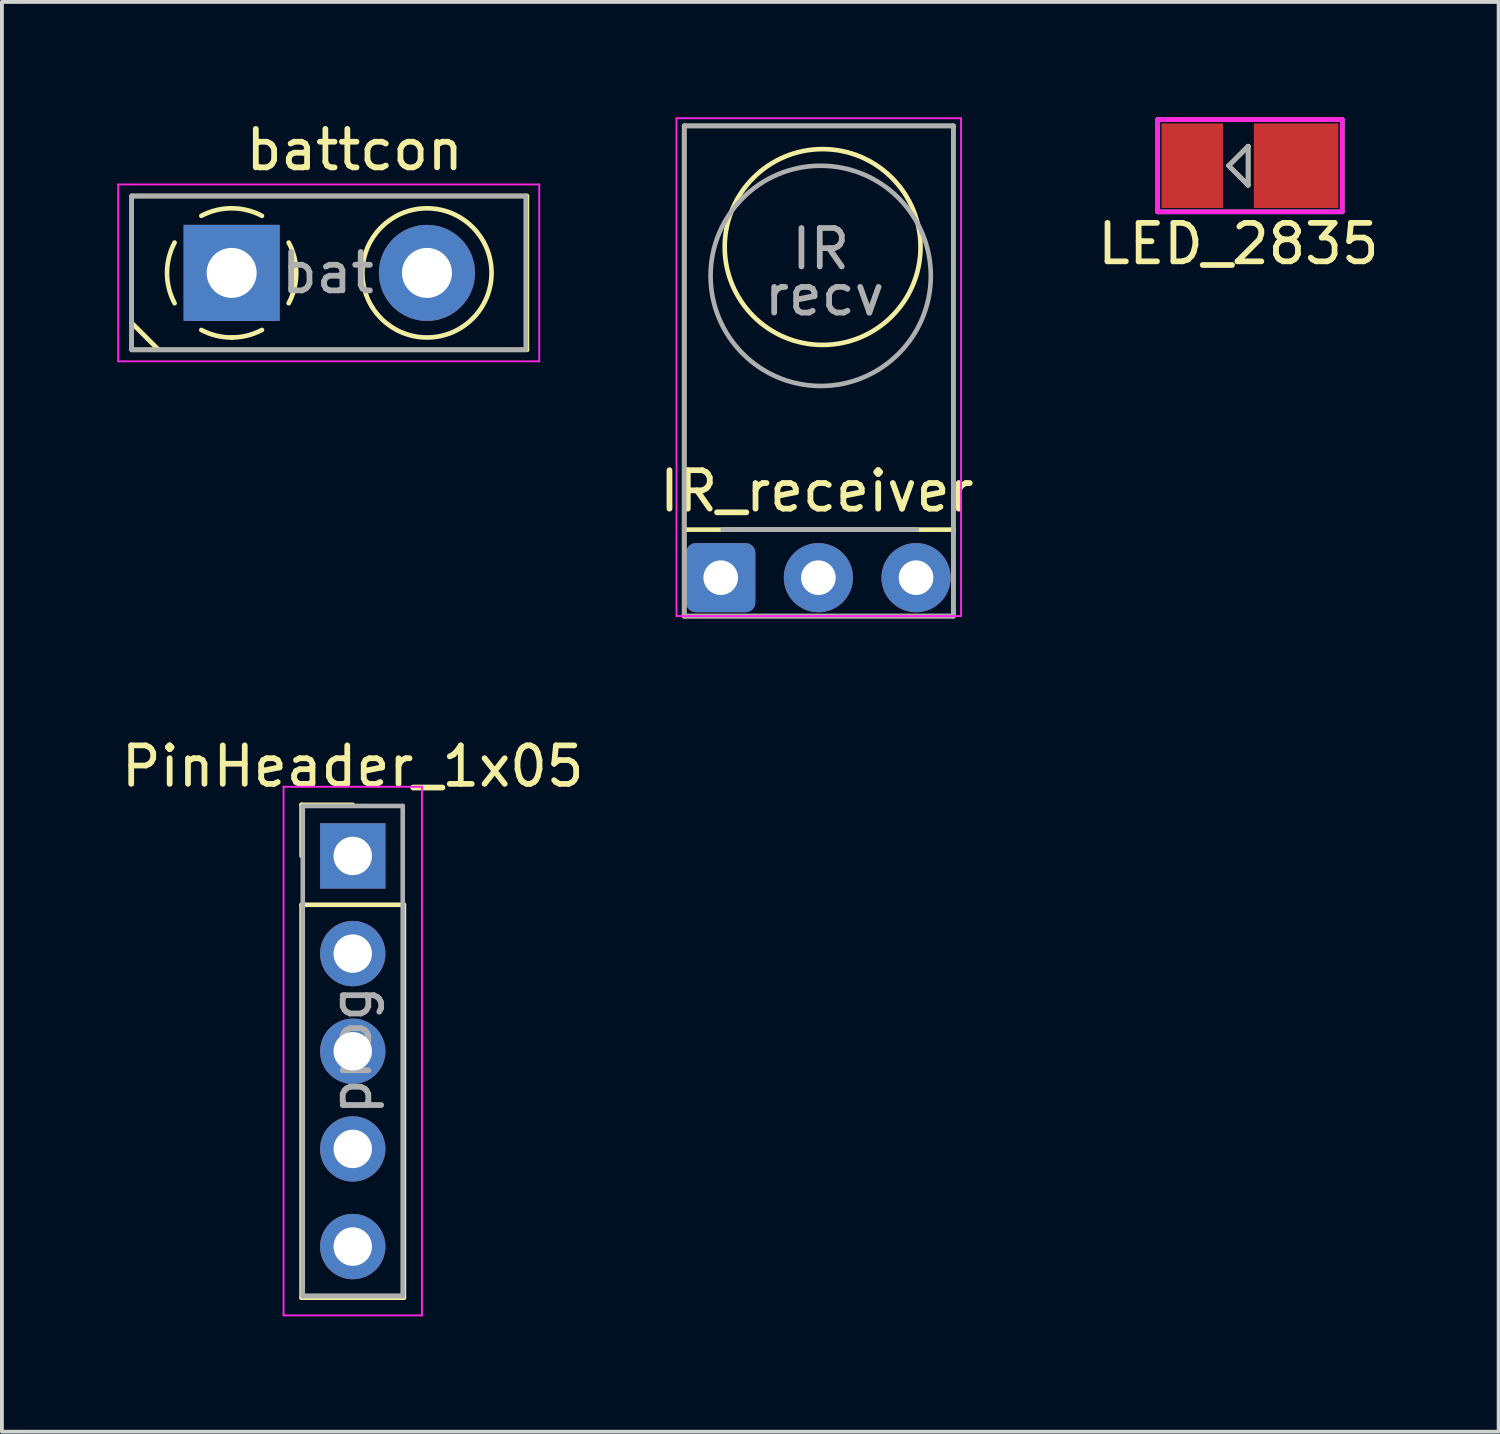
<source format=kicad_pcb>
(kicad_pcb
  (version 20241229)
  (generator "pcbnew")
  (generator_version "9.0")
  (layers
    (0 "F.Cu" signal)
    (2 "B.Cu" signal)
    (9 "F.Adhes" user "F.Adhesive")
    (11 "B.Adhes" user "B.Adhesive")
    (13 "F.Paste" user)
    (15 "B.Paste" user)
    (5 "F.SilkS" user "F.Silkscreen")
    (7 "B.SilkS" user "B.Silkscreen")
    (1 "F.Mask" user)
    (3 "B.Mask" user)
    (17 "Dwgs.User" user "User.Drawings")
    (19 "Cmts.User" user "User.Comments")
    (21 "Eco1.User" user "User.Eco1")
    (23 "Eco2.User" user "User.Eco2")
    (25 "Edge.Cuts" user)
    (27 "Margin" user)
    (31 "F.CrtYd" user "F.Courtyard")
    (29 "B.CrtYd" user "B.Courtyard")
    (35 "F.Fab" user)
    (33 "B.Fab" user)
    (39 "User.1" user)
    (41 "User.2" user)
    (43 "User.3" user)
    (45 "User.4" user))
  (footprint "LED_2835"
    (layer "F.Cu")
    (at 29.161 1.26)
    (property "Reference" "LED_2835" (at 0 2.032 0) (layer "F.SilkS") (effects (font (size 1 1) (thickness 0.15))))
    (attr through_hole)
    (fp_line (start -0.254 0) (end 0.254 0.508) (stroke (width 0.12) (type solid)) (layer "F.SilkS"))
    (fp_line (start 0.254 -0.508) (end -0.254 0) (stroke (width 0.12) (type solid)) (layer "F.SilkS"))
    (fp_line (start 0.254 0.508) (end 0.254 -0.508) (stroke (width 0.12) (type solid)) (layer "F.SilkS"))
    (fp_line (start -2.1 -1.2) (end 2.7 -1.2) (stroke (width 0.12) (type solid)) (layer "F.CrtYd"))
    (fp_line (start -2.1 1.2) (end -2.1 -1.2) (stroke (width 0.12) (type solid)) (layer "F.CrtYd"))
    (fp_line (start 2.7 -1.2) (end 2.7 1.2) (stroke (width 0.12) (type solid)) (layer "F.CrtYd"))
    (fp_line (start 2.7 1.2) (end -2.1 1.2) (stroke (width 0.12) (type solid)) (layer "F.CrtYd"))
    (fp_line (start -2.1 -1.2) (end 2.7 -1.2) (stroke (width 0.12) (type solid)) (layer "F.Fab"))
    (fp_line (start -2.1 1.2) (end -2.1 -1.2) (stroke (width 0.12) (type solid)) (layer "F.Fab"))
    (fp_line (start -0.25 0) (end 0.25 -0.5) (stroke (width 0.12) (type solid)) (layer "F.Fab"))
    (fp_line (start 0.25 -0.5) (end 0.25 0.5) (stroke (width 0.12) (type solid)) (layer "F.Fab"))
    (fp_line (start 0.25 0.5) (end -0.25 0) (stroke (width 0.12) (type solid)) (layer "F.Fab"))
    (fp_line (start 2.7 -1.2) (end 2.7 1.2) (stroke (width 0.12) (type solid)) (layer "F.Fab"))
    (fp_line (start 2.7 1.2) (end -2.1 1.2) (stroke (width 0.12) (type solid)) (layer "F.Fab"))
    (pad "1" smd rect (at -1.2 0) (size 1.6 2.2) (layers "F.Cu" "F.Mask" "F.Paste"))
    (pad "2" smd rect (at 1.5 0) (size 2.2 2.2) (layers "F.Cu" "F.Mask" "F.Paste")))
  (footprint "PinHeader_1x05"
    (layer "F.Cu")
    (at 6.125 19.213)
    (property "Reference" "PinHeader_1x05" (at 0 -2.33 0) (layer "F.SilkS") (effects (font (size 1 1) (thickness 0.15))))
    (attr through_hole)
    (fp_line (start -1.33 -1.33) (end 0 -1.33) (stroke (width 0.12) (type solid)) (layer "F.SilkS"))
    (fp_line (start -1.33 0) (end -1.33 -1.33) (stroke (width 0.12) (type solid)) (layer "F.SilkS"))
    (fp_line (start -1.33 1.27) (end -1.33 11.49) (stroke (width 0.12) (type solid)) (layer "F.SilkS"))
    (fp_line (start -1.33 1.27) (end 1.33 1.27) (stroke (width 0.12) (type solid)) (layer "F.SilkS"))
    (fp_line (start -1.33 11.49) (end 1.33 11.49) (stroke (width 0.12) (type solid)) (layer "F.SilkS"))
    (fp_line (start 1.33 1.27) (end 1.33 11.49) (stroke (width 0.12) (type solid)) (layer "F.SilkS"))
    (fp_line (start -1.8 -1.8) (end -1.8 11.95) (stroke (width 0.05) (type solid)) (layer "F.CrtYd"))
    (fp_line (start -1.8 11.95) (end 1.8 11.95) (stroke (width 0.05) (type solid)) (layer "F.CrtYd"))
    (fp_line (start 1.8 -1.8) (end -1.8 -1.8) (stroke (width 0.05) (type solid)) (layer "F.CrtYd"))
    (fp_line (start 1.8 11.95) (end 1.8 -1.8) (stroke (width 0.05) (type solid)) (layer "F.CrtYd"))
    (fp_line (start -1.3 -1.3) (end -1.3 11.45) (stroke (width 0.12) (type solid)) (layer "F.Fab"))
    (fp_line (start -1.3 11.45) (end 1.3 11.45) (stroke (width 0.12) (type solid)) (layer "F.Fab"))
    (fp_line (start 1.27 11.43) (end -1.27 11.43) (stroke (width 0.1) (type solid)) (layer "F.Fab"))
    (fp_line (start 1.3 -1.3) (end -1.3 -1.3) (stroke (width 0.12) (type solid)) (layer "F.Fab"))
    (fp_line (start 1.3 11.45) (end 1.3 -1.3) (stroke (width 0.12) (type solid)) (layer "F.Fab"))
    (fp_text user "prog" (at -0.05 5.05 90) (layer "F.Fab") (effects (font (size 1 1) (thickness 0.15))))
    (pad "1" thru_hole rect (at 0 0) (size 1.7 1.7) (drill 1) (layers "*.Cu" "*.Mask"))
    (pad "2" thru_hole oval (at 0 2.54) (size 1.7 1.7) (drill 1) (layers "*.Cu" "*.Mask"))
    (pad "3" thru_hole oval (at 0 5.08) (size 1.7 1.7) (drill 1) (layers "*.Cu" "*.Mask"))
    (pad "4" thru_hole oval (at 0 7.62) (size 1.7 1.7) (drill 1) (layers "*.Cu" "*.Mask"))
    (pad "5" thru_hole oval (at 0 10.16) (size 1.7 1.7) (drill 1) (layers "*.Cu" "*.Mask")))
  (footprint "battcon"
    (layer "F.Cu")
    (at 2.975 4.048)
    (property "Reference" "battcon" (at 3.2 -3.2 0) (layer "F.SilkS") (effects (font (size 1 1) (thickness 0.15))))
    (attr through_hole)
    (fp_line (start -2.6 -2) (end -2.6 2) (stroke (width 0.12) (type solid)) (layer "F.SilkS"))
    (fp_line (start -2.6 -2) (end 7.68 -2) (stroke (width 0.12) (type solid)) (layer "F.SilkS"))
    (fp_line (start -2.6 1.3) (end -1.9 2) (stroke (width 0.12) (type solid)) (layer "F.SilkS"))
    (fp_line (start -2.6 2) (end 7.68 2) (stroke (width 0.12) (type solid)) (layer "F.SilkS"))
    (fp_line (start 7.68 -2) (end 7.68 2) (stroke (width 0.12) (type solid)) (layer "F.SilkS"))
    (fp_arc (start -1.483953 0.789089) (mid -1.680708 0.00005) (end -1.484 -0.789) (stroke (width 0.12) (type solid)) (layer "F.SilkS"))
    (fp_arc (start -0.789089 -1.483953) (mid -0.00005 -1.680708) (end 0.789 -1.484) (stroke (width 0.12) (type solid)) (layer "F.SilkS"))
    (fp_arc (start 0.029383 1.68045) (mid -0.392304 1.634281) (end -0.789 1.484) (stroke (width 0.12) (type solid)) (layer "F.SilkS"))
    (fp_arc (start 0.788712 1.483352) (mid 0.406429 1.630097) (end 0 1.68) (stroke (width 0.12) (type solid)) (layer "F.SilkS"))
    (fp_arc (start 1.483953 -0.789089) (mid 1.680708 -0.00005) (end 1.484 0.789) (stroke (width 0.12) (type solid)) (layer "F.SilkS"))
    (fp_circle (center 5.08 0) (end 6.76 0) (stroke (width 0.12) (type solid)) (fill no) (layer "F.SilkS"))
    (fp_line (start -2.95 -2.3) (end -2.95 2.3) (stroke (width 0.05) (type solid)) (layer "F.CrtYd"))
    (fp_line (start -2.95 2.3) (end 8 2.3) (stroke (width 0.05) (type solid)) (layer "F.CrtYd"))
    (fp_line (start 8 -2.3) (end -2.95 -2.3) (stroke (width 0.05) (type solid)) (layer "F.CrtYd"))
    (fp_line (start 8 2.3) (end 8 -2.3) (stroke (width 0.05) (type solid)) (layer "F.CrtYd"))
    (fp_line (start -2.6 -2) (end -2.6 2) (stroke (width 0.12) (type solid)) (layer "F.Fab"))
    (fp_line (start -2.6 -2) (end 7.65 -2) (stroke (width 0.12) (type solid)) (layer "F.Fab"))
    (fp_line (start 7.65 -2) (end 7.65 2) (stroke (width 0.12) (type solid)) (layer "F.Fab"))
    (fp_line (start 7.65 2) (end -2.6 2) (stroke (width 0.12) (type solid)) (layer "F.Fab"))
    (fp_text user "bat" (at 2.5 0 0) (layer "F.Fab") (effects (font (size 1 1) (thickness 0.15))))
    (pad "1" thru_hole rect (at 0 0) (size 2.5 2.5) (drill 1.3) (layers "*.Cu" "*.Mask"))
    (pad "2" thru_hole circle (at 5.08 0) (size 2.5 2.5) (drill 1.3) (layers "*.Cu" "*.Mask")))
  (footprint "IR_receiver"
    (layer "F.Cu")
    (at 15.696 11.975)
    (property "Reference" "IR_receiver" (at 2.5 -2.25 180) (layer "F.SilkS") (effects (font (size 1 1) (thickness 0.15))))
    (attr through_hole)
    (fp_line (start -0.95 -11.75) (end 6.05 -11.75) (stroke (width 0.12) (type solid)) (layer "F.SilkS"))
    (fp_line (start -0.95 -1.25) (end -0.95 -11.75) (stroke (width 0.12) (type solid)) (layer "F.SilkS"))
    (fp_line (start -0.95 1) (end -0.95 -1.25) (stroke (width 0.12) (type solid)) (layer "F.SilkS"))
    (fp_line (start 6.05 -11.75) (end 6.05 -1.25) (stroke (width 0.12) (type solid)) (layer "F.SilkS"))
    (fp_line (start 6.05 -1.25) (end -0.95 -1.25) (stroke (width 0.12) (type solid)) (layer "F.SilkS"))
    (fp_line (start 6.05 -1.25) (end 6.05 1) (stroke (width 0.12) (type solid)) (layer "F.SilkS"))
    (fp_line (start 6.05 1) (end -0.95 1) (stroke (width 0.12) (type solid)) (layer "F.SilkS"))
    (fp_circle (center 2.65 -8.6) (end 4.4 -10.45) (stroke (width 0.12) (type solid)) (fill no) (layer "F.SilkS"))
    (fp_line (start -1.15 -11.95) (end -1.15 1) (stroke (width 0.05) (type solid)) (layer "F.CrtYd"))
    (fp_line (start -1.15 -11.95) (end 6.25 -11.95) (stroke (width 0.05) (type solid)) (layer "F.CrtYd"))
    (fp_line (start 6.25 1) (end -1.15 1) (stroke (width 0.05) (type solid)) (layer "F.CrtYd"))
    (fp_line (start 6.25 1) (end 6.25 -11.95) (stroke (width 0.05) (type solid)) (layer "F.CrtYd"))
    (fp_line (start -0.95 -11.75) (end 6.05 -11.75) (stroke (width 0.12) (type solid)) (layer "F.Fab"))
    (fp_line (start -0.95 1) (end -0.95 -11.75) (stroke (width 0.12) (type solid)) (layer "F.Fab"))
    (fp_line (start 0.05 -1.25) (end 5.1 -1.25) (stroke (width 0.12) (type solid)) (layer "F.Fab"))
    (fp_line (start 6.05 -11.75) (end 6.05 1) (stroke (width 0.12) (type solid)) (layer "F.Fab"))
    (fp_line (start 6.05 1) (end -0.95 1) (stroke (width 0.12) (type solid)) (layer "F.Fab"))
    (fp_circle (center 2.6 -7.85) (end 4.6 -9.9) (stroke (width 0.12) (type solid)) (fill no) (layer "F.Fab"))
    (fp_text user "IR" (at 2.6 -8.55 0) (layer "F.Fab") (effects (font (size 1 1) (thickness 0.15))))
    (fp_text user "recv" (at 2.7 -7.35 0) (layer "F.Fab") (effects (font (size 1 1) (thickness 0.15))))
    (pad "1" thru_hole roundrect (at 0 0) (size 1.8 1.8) (drill 0.9) (layers "*.Cu" "*.Mask") (roundrect_rratio 0.138))
    (pad "2" thru_hole circle (at 2.54 0) (size 1.8 1.8) (drill 0.9) (layers "*.Cu" "*.Mask"))
    (pad "3" thru_hole circle (at 5.08 0) (size 1.8 1.8) (drill 0.9) (layers "*.Cu" "*.Mask")))
  (gr_rect
    (start -3 -3)
    (end 35.929 34.188)
    (stroke (width 0.1) (type default))
    (fill no)
    (layer "Edge.Cuts")))
</source>
